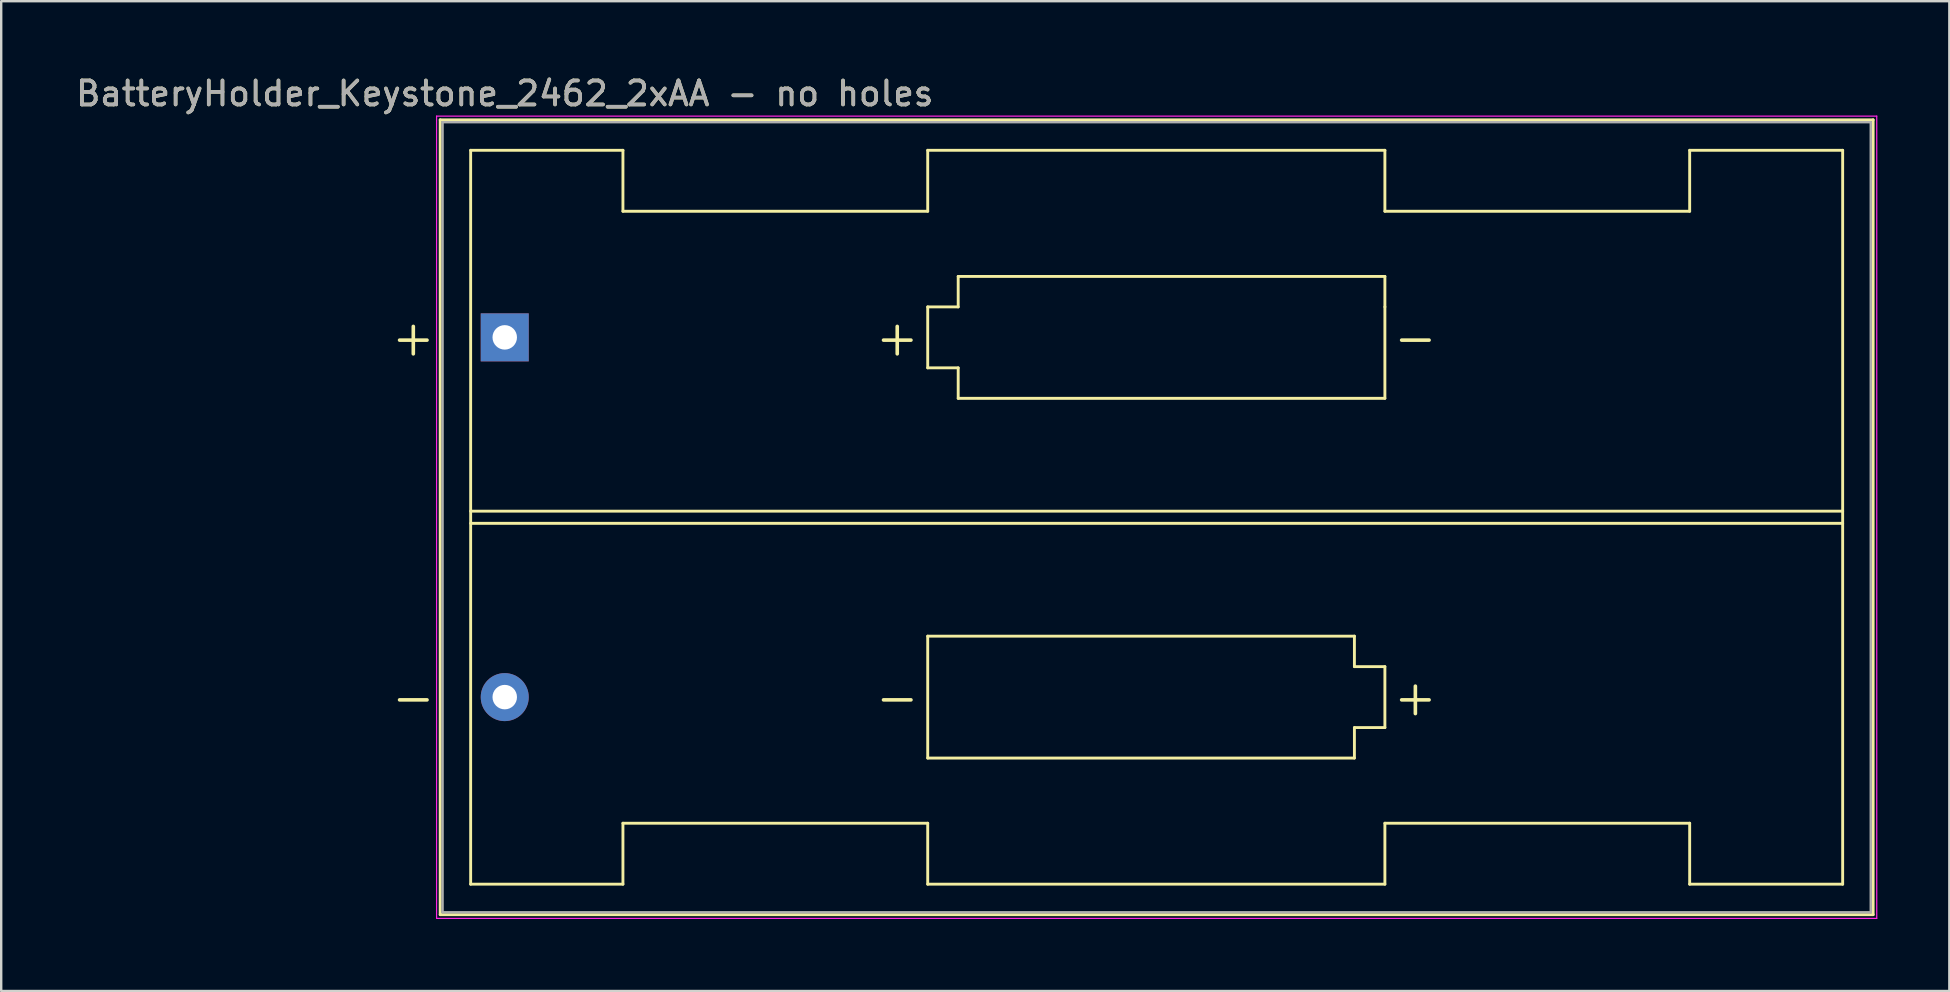
<source format=kicad_pcb>
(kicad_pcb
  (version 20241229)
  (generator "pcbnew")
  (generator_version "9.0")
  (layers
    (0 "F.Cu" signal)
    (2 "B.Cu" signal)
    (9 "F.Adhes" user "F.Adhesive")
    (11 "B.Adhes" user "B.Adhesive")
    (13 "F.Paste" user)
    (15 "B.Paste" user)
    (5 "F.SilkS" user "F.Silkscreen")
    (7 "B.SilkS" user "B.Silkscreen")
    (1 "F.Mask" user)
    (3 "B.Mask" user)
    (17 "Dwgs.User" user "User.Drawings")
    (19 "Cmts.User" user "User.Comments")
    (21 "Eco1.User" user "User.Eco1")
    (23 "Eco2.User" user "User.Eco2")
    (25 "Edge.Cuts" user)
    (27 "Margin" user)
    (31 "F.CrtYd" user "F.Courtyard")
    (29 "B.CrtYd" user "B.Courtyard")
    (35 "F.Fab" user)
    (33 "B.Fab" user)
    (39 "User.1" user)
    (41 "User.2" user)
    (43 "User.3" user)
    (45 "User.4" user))
  (footprint "BatteryHolder_Keystone_2462_2xAA - no holes"
    (layer "F.Cu")
    (at 17.982 11.008)
    (property "Reference" "BatteryHolder_Keystone_2462_2xAA - no holes" (at 0 -10.16 180) (layer "F.SilkS") (effects (font (size 1 1) (thickness 0.15))))
    (attr through_hole)
    (fp_line (start -2.69 -9.065) (end -2.69 24.055) (stroke (width 0.12) (type solid)) (layer "F.SilkS"))
    (fp_line (start -2.69 24.055) (end 57.02 24.055) (stroke (width 0.12) (type solid)) (layer "F.SilkS"))
    (fp_line (start -1.42 -7.795) (end -1.42 22.785) (stroke (width 0.12) (type solid)) (layer "F.SilkS"))
    (fp_line (start -1.42 7.241) (end 55.75 7.241) (stroke (width 0.12) (type solid)) (layer "F.SilkS"))
    (fp_line (start -1.42 22.785) (end 4.925 22.785) (stroke (width 0.12) (type solid)) (layer "F.SilkS"))
    (fp_line (start 4.925 -7.795) (end -1.42 -7.795) (stroke (width 0.12) (type solid)) (layer "F.SilkS"))
    (fp_line (start 4.925 -5.255) (end 4.925 -7.795) (stroke (width 0.12) (type solid)) (layer "F.SilkS"))
    (fp_line (start 4.925 -5.255) (end 17.625 -5.255) (stroke (width 0.12) (type solid)) (layer "F.SilkS"))
    (fp_line (start 4.925 20.245) (end 17.625 20.245) (stroke (width 0.12) (type solid)) (layer "F.SilkS"))
    (fp_line (start 4.925 22.785) (end 4.925 20.245) (stroke (width 0.12) (type solid)) (layer "F.SilkS"))
    (fp_line (start 17.625 -7.795) (end 17.625 -5.255) (stroke (width 0.12) (type solid)) (layer "F.SilkS"))
    (fp_line (start 17.625 -1.27) (end 18.895 -1.27) (stroke (width 0.12) (type solid)) (layer "F.SilkS"))
    (fp_line (start 17.625 1.27) (end 17.625 -1.27) (stroke (width 0.12) (type solid)) (layer "F.SilkS"))
    (fp_line (start 17.625 12.45) (end 35.405 12.45) (stroke (width 0.12) (type solid)) (layer "F.SilkS"))
    (fp_line (start 17.625 17.53) (end 17.625 12.45) (stroke (width 0.12) (type solid)) (layer "F.SilkS"))
    (fp_line (start 17.625 20.245) (end 17.625 22.785) (stroke (width 0.12) (type solid)) (layer "F.SilkS"))
    (fp_line (start 17.625 22.785) (end 36.675 22.785) (stroke (width 0.12) (type solid)) (layer "F.SilkS"))
    (fp_line (start 18.895 -2.54) (end 36.675 -2.54) (stroke (width 0.12) (type solid)) (layer "F.SilkS"))
    (fp_line (start 18.895 -1.27) (end 18.895 -2.54) (stroke (width 0.12) (type solid)) (layer "F.SilkS"))
    (fp_line (start 18.895 1.27) (end 17.625 1.27) (stroke (width 0.12) (type solid)) (layer "F.SilkS"))
    (fp_line (start 18.895 2.54) (end 18.895 1.27) (stroke (width 0.12) (type solid)) (layer "F.SilkS"))
    (fp_line (start 35.405 12.45) (end 35.405 13.72) (stroke (width 0.12) (type solid)) (layer "F.SilkS"))
    (fp_line (start 35.405 13.72) (end 36.675 13.72) (stroke (width 0.12) (type solid)) (layer "F.SilkS"))
    (fp_line (start 35.405 16.26) (end 35.405 17.53) (stroke (width 0.12) (type solid)) (layer "F.SilkS"))
    (fp_line (start 35.405 17.53) (end 17.625 17.53) (stroke (width 0.12) (type solid)) (layer "F.SilkS"))
    (fp_line (start 36.675 -7.795) (end 17.625 -7.795) (stroke (width 0.12) (type solid)) (layer "F.SilkS"))
    (fp_line (start 36.675 -5.255) (end 36.675 -7.795) (stroke (width 0.12) (type solid)) (layer "F.SilkS"))
    (fp_line (start 36.675 -2.54) (end 36.675 -1.27) (stroke (width 0.12) (type solid)) (layer "F.SilkS"))
    (fp_line (start 36.675 -1.27) (end 36.675 2.54) (stroke (width 0.12) (type solid)) (layer "F.SilkS"))
    (fp_line (start 36.675 2.54) (end 18.895 2.54) (stroke (width 0.12) (type solid)) (layer "F.SilkS"))
    (fp_line (start 36.675 13.72) (end 36.675 16.26) (stroke (width 0.12) (type solid)) (layer "F.SilkS"))
    (fp_line (start 36.675 16.26) (end 35.405 16.26) (stroke (width 0.12) (type solid)) (layer "F.SilkS"))
    (fp_line (start 36.675 22.785) (end 36.675 20.245) (stroke (width 0.12) (type solid)) (layer "F.SilkS"))
    (fp_line (start 49.375 -7.795) (end 49.375 -5.255) (stroke (width 0.12) (type solid)) (layer "F.SilkS"))
    (fp_line (start 49.375 -5.255) (end 36.675 -5.255) (stroke (width 0.12) (type solid)) (layer "F.SilkS"))
    (fp_line (start 49.375 20.245) (end 36.675 20.245) (stroke (width 0.12) (type solid)) (layer "F.SilkS"))
    (fp_line (start 49.375 22.785) (end 49.375 20.245) (stroke (width 0.12) (type solid)) (layer "F.SilkS"))
    (fp_line (start 55.75 -7.795) (end 49.375 -7.795) (stroke (width 0.12) (type solid)) (layer "F.SilkS"))
    (fp_line (start 55.75 -7.795) (end 55.75 22.785) (stroke (width 0.12) (type solid)) (layer "F.SilkS"))
    (fp_line (start 55.75 7.749) (end -1.42 7.749) (stroke (width 0.12) (type solid)) (layer "F.SilkS"))
    (fp_line (start 55.75 22.785) (end 49.375 22.785) (stroke (width 0.12) (type solid)) (layer "F.SilkS"))
    (fp_line (start 57.02 -9.065) (end -2.69 -9.065) (stroke (width 0.12) (type solid)) (layer "F.SilkS"))
    (fp_line (start 57.02 24.055) (end 57.02 -9.065) (stroke (width 0.12) (type solid)) (layer "F.SilkS"))
    (fp_line (start -2.84 -9.22) (end -2.84 24.21) (stroke (width 0.05) (type solid)) (layer "F.CrtYd"))
    (fp_line (start -2.84 24.21) (end 57.17 24.21) (stroke (width 0.05) (type solid)) (layer "F.CrtYd"))
    (fp_line (start 57.17 -9.22) (end -2.84 -9.22) (stroke (width 0.05) (type solid)) (layer "F.CrtYd"))
    (fp_line (start 57.17 24.21) (end 57.17 -9.22) (stroke (width 0.05) (type solid)) (layer "F.CrtYd"))
    (fp_line (start -2.59 -8.965) (end 56.92 -8.965) (stroke (width 0.1) (type solid)) (layer "F.Fab"))
    (fp_line (start -2.59 23.955) (end -2.59 -8.965) (stroke (width 0.1) (type solid)) (layer "F.Fab"))
    (fp_line (start -2.59 23.955) (end 56.92 23.955) (stroke (width 0.1) (type solid)) (layer "F.Fab"))
    (fp_line (start 56.92 23.955) (end 56.92 -8.965) (stroke (width 0.1) (type solid)) (layer "F.Fab"))
    (fp_text user "+" (at -3.81 0 0) (layer "F.SilkS") (effects (font (size 1.5 1.5) (thickness 0.15))))
    (fp_text user "-" (at 37.945 0 0) (layer "F.SilkS") (effects (font (size 1.5 1.5) (thickness 0.15))))
    (fp_text user "+" (at 37.945 14.99 0) (layer "F.SilkS") (effects (font (size 1.5 1.5) (thickness 0.15))))
    (fp_text user "+" (at 16.355 0 0) (layer "F.SilkS") (effects (font (size 1.5 1.5) (thickness 0.15))))
    (fp_text user "-" (at -3.81 14.99 0) (layer "F.SilkS") (effects (font (size 1.5 1.5) (thickness 0.15))))
    (fp_text user "-" (at 16.355 14.99 0) (layer "F.SilkS") (effects (font (size 1.5 1.5) (thickness 0.15))))
    (fp_text user "${REFERENCE}" (at 0 -10.16 0) (layer "F.Fab") (effects (font (size 1 1) (thickness 0.15))))
    (pad "1" thru_hole rect (at 0 0) (size 2 2) (drill 1.02) (layers "*.Cu" "*.Mask"))
    (pad "2" thru_hole circle (at 0 14.99) (size 2 2) (drill 1.02) (layers "*.Cu" "*.Mask")))
  (gr_rect
    (start -3 -3)
    (end 78.177 38.243)
    (stroke (width 0.1) (type default))
    (fill no)
    (layer "Edge.Cuts")))
</source>
